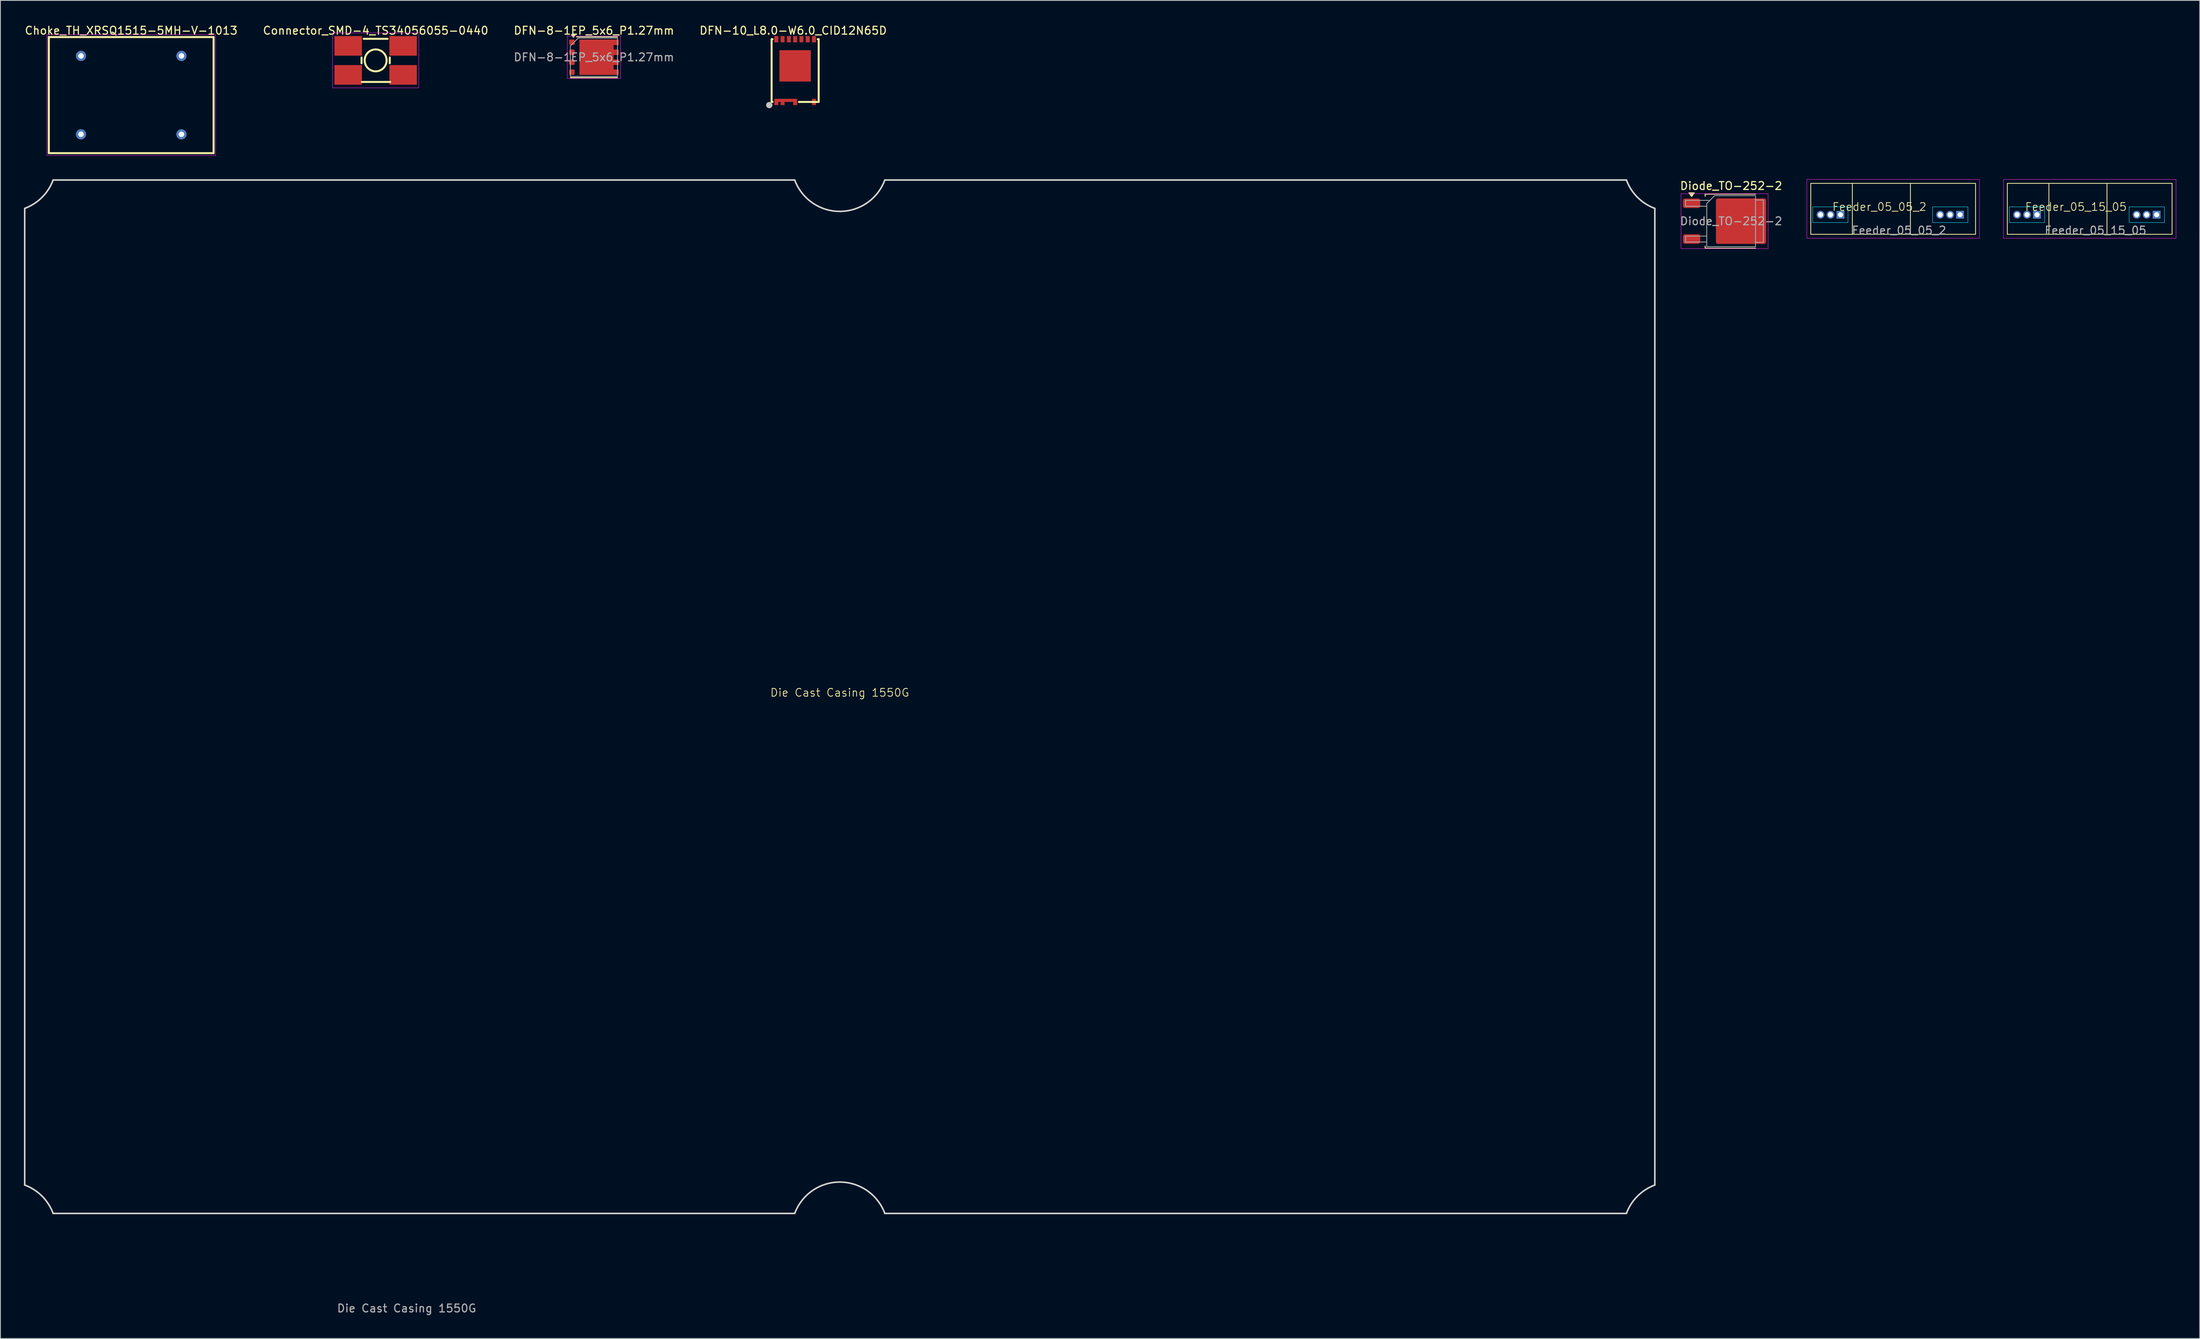
<source format=kicad_pcb>
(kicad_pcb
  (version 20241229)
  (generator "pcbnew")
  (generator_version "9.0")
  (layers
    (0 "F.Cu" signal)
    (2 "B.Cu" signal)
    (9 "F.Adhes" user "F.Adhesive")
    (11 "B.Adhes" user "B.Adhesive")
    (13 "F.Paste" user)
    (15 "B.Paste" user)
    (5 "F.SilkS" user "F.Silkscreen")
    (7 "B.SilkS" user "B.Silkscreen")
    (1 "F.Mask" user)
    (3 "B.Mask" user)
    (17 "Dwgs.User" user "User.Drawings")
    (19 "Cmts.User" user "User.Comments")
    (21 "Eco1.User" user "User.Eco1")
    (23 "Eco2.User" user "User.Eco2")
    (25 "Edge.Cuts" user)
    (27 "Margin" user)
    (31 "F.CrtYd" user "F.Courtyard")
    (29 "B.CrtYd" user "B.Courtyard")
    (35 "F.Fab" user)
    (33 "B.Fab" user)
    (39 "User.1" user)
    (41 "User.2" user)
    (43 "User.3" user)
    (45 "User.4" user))
  (footprint "DFN-10_L8.0-W6.0_CID12N65D"
    (layer "F.Cu")
    (at 98.292 5.948)
    (property "Reference" "DFN-10_L8.0-W6.0_CID12N65D" (at -0.25 -5.1 0) (layer "F.SilkS") (effects (font (size 1 1) (thickness 0.15))))
    (fp_line (start -3 -4) (end -3 4) (stroke (width 0.254) (type default)) (layer "F.SilkS"))
    (fp_line (start -3 4) (end -2.881 4) (stroke (width 0.254) (type default)) (layer "F.SilkS"))
    (fp_line (start -2.881 -4) (end -3 -4) (stroke (width 0.254) (type default)) (layer "F.SilkS"))
    (fp_line (start 0.481 4) (end 3 4) (stroke (width 0.254) (type default)) (layer "F.SilkS"))
    (fp_line (start 3 -4) (end 2.881 -4) (stroke (width 0.254) (type default)) (layer "F.SilkS"))
    (fp_line (start 3 4) (end 3 -4) (stroke (width 0.254) (type default)) (layer "F.SilkS"))
    (fp_circle (center -3.3 4.4) (end -3.1 4.4) (stroke (width 0.254) (type default)) (fill no) (layer "F.SilkS"))
    (fp_circle (center -3.3 4.4) (end -3.1 4.4) (stroke (width 0.4) (type default)) (fill no) (layer "Dwgs.User"))
    (fp_poly (pts (xy -2.6 -4) (xy -2.2 -4) (xy -2.2 -3.6) (xy -2.6 -3.6)) (stroke (width 0.1) (type default)) (fill no) (layer "User.1"))
    (fp_poly (pts (xy -2 -2.6) (xy 2 -2.6) (xy 2 1.4) (xy -2 1.4)) (stroke (width 0.1) (type default)) (fill no) (layer "User.1"))
    (fp_poly (pts (xy -1.8 -4) (xy -1.4 -4) (xy -1.4 -3.6) (xy -1.8 -3.6)) (stroke (width 0.1) (type default)) (fill no) (layer "User.1"))
    (fp_poly (pts (xy -1 -4) (xy -0.6 -4) (xy -0.6 -3.6) (xy -1 -3.6)) (stroke (width 0.1) (type default)) (fill no) (layer "User.1"))
    (fp_poly (pts (xy -0.2 -4) (xy 0.2 -4) (xy 0.2 -3.6) (xy -0.2 -3.6)) (stroke (width 0.1) (type default)) (fill no) (layer "User.1"))
    (fp_poly (pts (xy 0.2 4) (xy 0.2 3.6) (xy -2.6 3.6) (xy -2.6 4)) (stroke (width 0.1) (type default)) (fill no) (layer "User.1"))
    (fp_poly (pts (xy 0.6 -4) (xy 1 -4) (xy 1 -3.6) (xy 0.6 -3.6)) (stroke (width 0.1) (type default)) (fill no) (layer "User.1"))
    (fp_poly (pts (xy 1.4 -4) (xy 1.8 -4) (xy 1.8 -3.6) (xy 1.4 -3.6)) (stroke (width 0.1) (type default)) (fill no) (layer "User.1"))
    (fp_poly (pts (xy 2.2 -4) (xy 2.6 -4) (xy 2.6 -3.6) (xy 2.2 -3.6)) (stroke (width 0.1) (type default)) (fill no) (layer "User.1"))
    (fp_poly (pts (xy 2.2 3.6) (xy 2.6 3.6) (xy 2.6 4) (xy 2.2 4)) (stroke (width 0.1) (type default)) (fill no) (layer "User.1"))
    (fp_line (start -3 -4) (end 3 -4) (stroke (width 0.051) (type default)) (layer "User.2"))
    (fp_line (start -3 4) (end -3 -4) (stroke (width 0.051) (type default)) (layer "User.2"))
    (fp_line (start 3 -4) (end 3 4) (stroke (width 0.051) (type default)) (layer "User.2"))
    (fp_line (start 3 4) (end -3 4) (stroke (width 0.051) (type default)) (layer "User.2"))
    (fp_poly (pts (xy -2.945 3.977) (xy -2.977 3.945) (xy -3.023 3.945) (xy -3.055 3.977) (xy -3.055 4.023) (xy -3.023 4.055) (xy -2.977 4.055) (xy -2.945 4.023)) (stroke (width 0.1) (type default)) (fill no) (layer "User.3"))
    (pad "1" smd custom (at -1.2 3.8) (size 0.000001 0.000001) (layers "F.Cu" "F.Mask" "F.Paste") (options (anchor circle)) (primitives (gr_poly (pts (xy 1.45 0.2) (xy 1.45 -0.2) (xy -1.45 -0.2) (xy -1.45 0.6) (xy -0.95 0.6) (xy -0.95 0.2) (xy -0.65 0.2) (xy -0.65 0.6) (xy -0.15 0.6) (xy -0.15 0.2) (xy 0.95 0.2) (xy 0.95 0.6) (xy 1.45 0.6)) (width 0) (fill yes))))
    (pad "4" smd rect (at 2.4 4) (size 0.5 0.8) (layers "F.Cu" "F.Mask" "F.Paste"))
    (pad "5" smd rect (at 2.4 -4) (size 0.5 0.8) (layers "F.Cu" "F.Mask" "F.Paste"))
    (pad "6" smd rect (at 1.6 -4) (size 0.5 0.8) (layers "F.Cu" "F.Mask" "F.Paste"))
    (pad "7" smd rect (at 0.8 -4) (size 0.5 0.8) (layers "F.Cu" "F.Mask" "F.Paste"))
    (pad "8" smd rect (at 0 -4) (size 0.5 0.8) (layers "F.Cu" "F.Mask" "F.Paste"))
    (pad "9" smd rect (at -0.8 -4) (size 0.5 0.8) (layers "F.Cu" "F.Mask" "F.Paste"))
    (pad "10" smd rect (at -1.6 -4) (size 0.5 0.8) (layers "F.Cu" "F.Mask" "F.Paste"))
    (pad "11" smd rect (at -2.4 -4) (size 0.5 0.8) (layers "F.Cu" "F.Mask" "F.Paste"))
    (pad "12" smd rect (at 0 -0.6) (size 4 4) (layers "F.Cu" "F.Mask" "F.Paste")))
  (footprint "Diode_TO-252-2"
    (layer "F.Cu")
    (at 217.584 25.148)
    (property "Reference" "Diode_TO-252-2" (at 0 -4.5 0) (layer "F.SilkS") (effects (font (size 1 1) (thickness 0.15))))
    (attr smd)
    (fp_line (start -3.31 -3.45) (end -3.31 -3.18) (stroke (width 0.12) (type solid)) (layer "F.SilkS"))
    (fp_line (start -3.31 3.45) (end -3.31 3.18) (stroke (width 0.12) (type solid)) (layer "F.SilkS"))
    (fp_line (start 3.11 -3.45) (end -3.31 -3.45) (stroke (width 0.12) (type solid)) (layer "F.SilkS"))
    (fp_line (start 3.11 3.45) (end -3.31 3.45) (stroke (width 0.12) (type solid)) (layer "F.SilkS"))
    (fp_poly (pts (xy -5.04 -3.14) (xy -5.38 -3.61) (xy -4.7 -3.61)) (stroke (width 0.12) (type solid)) (fill yes) (layer "F.SilkS"))
    (fp_rect (start -6.39 -3.5) (end 4.71 3.5) (stroke (width 0.05) (type solid)) (fill no) (layer "F.CrtYd"))
    (fp_line (start -5.81 -2.655) (end -5.81 -1.905) (stroke (width 0.1) (type solid)) (layer "F.Fab"))
    (fp_line (start -5.81 -1.905) (end -3.11 -1.905) (stroke (width 0.1) (type solid)) (layer "F.Fab"))
    (fp_line (start -5.81 1.905) (end -5.81 2.655) (stroke (width 0.1) (type solid)) (layer "F.Fab"))
    (fp_line (start -5.81 2.655) (end -3.11 2.655) (stroke (width 0.1) (type solid)) (layer "F.Fab"))
    (fp_line (start -3.11 1.905) (end -5.81 1.905) (stroke (width 0.1) (type solid)) (layer "F.Fab"))
    (fp_line (start -2.705 -2.655) (end -5.81 -2.655) (stroke (width 0.1) (type solid)) (layer "F.Fab"))
    (fp_line (start 3.11 -2.7) (end 4.11 -2.7) (stroke (width 0.1) (type solid)) (layer "F.Fab"))
    (fp_line (start 4.11 -2.7) (end 4.11 2.7) (stroke (width 0.1) (type solid)) (layer "F.Fab"))
    (fp_line (start 4.11 2.7) (end 3.11 2.7) (stroke (width 0.1) (type solid)) (layer "F.Fab"))
    (fp_poly (pts (xy 3.11 -3.25) (xy 3.11 3.25) (xy -3.11 3.25) (xy -3.11 -2.25) (xy -2.11 -3.25)) (stroke (width 0.1) (type solid)) (fill no) (layer "F.Fab"))
    (fp_text user "${REFERENCE}" (at 0 0 0) (layer "F.Fab") (effects (font (size 1 1) (thickness 0.15))))
    (pad "" smd roundrect (at -0.415 -1.525) (size 3.05 2.75) (layers "F.Paste") (roundrect_rratio 0.091))
    (pad "" smd roundrect (at -0.415 1.525) (size 3.05 2.75) (layers "F.Paste") (roundrect_rratio 0.091))
    (pad "" smd roundrect (at 2.935 -1.525) (size 3.05 2.75) (layers "F.Paste") (roundrect_rratio 0.091))
    (pad "" smd roundrect (at 2.935 1.525) (size 3.05 2.75) (layers "F.Paste") (roundrect_rratio 0.091))
    (pad "1" smd roundrect (at 1.26 0) (size 6.4 5.8) (layers "F.Cu" "F.Mask") (roundrect_rratio 0.043))
    (pad "2" smd roundrect (at -5.04 -2.28) (size 2.2 1.2) (layers "F.Cu" "F.Mask" "F.Paste") (roundrect_rratio 0.208))
    (pad "2" smd roundrect (at -5.04 2.28) (size 2.2 1.2) (layers "F.Cu" "F.Mask" "F.Paste") (roundrect_rratio 0.208)))
  (footprint "DFN-8-1EP_5x6_P1.27mm"
    (layer "F.Cu")
    (at 72.649 4.248)
    (property "Reference" "DFN-8-1EP_5x6_P1.27mm" (at 0 -3.4 0) (layer "F.SilkS") (effects (font (size 1 1) (thickness 0.15))))
    (attr smd)
    (fp_line (start 3 -2.6) (end -2.22 -2.6) (stroke (width 0.12) (type solid)) (layer "F.SilkS"))
    (fp_line (start 3 2.6) (end -3 2.6) (stroke (width 0.12) (type solid)) (layer "F.SilkS"))
    (fp_poly (pts (xy -2.624 -2.549) (xy -2.864 -2.879) (xy -2.384 -2.879) (xy -2.624 -2.549)) (stroke (width 0.12) (type solid)) (fill yes) (layer "F.SilkS"))
    (fp_line (start -3.4 -2.7) (end 3.4 -2.7) (stroke (width 0.05) (type solid)) (layer "F.CrtYd"))
    (fp_line (start -3.4 2.7) (end -3.4 -2.7) (stroke (width 0.05) (type solid)) (layer "F.CrtYd"))
    (fp_line (start 3.4 -2.7) (end 3.4 2.7) (stroke (width 0.05) (type solid)) (layer "F.CrtYd"))
    (fp_line (start 3.4 2.7) (end -3.4 2.7) (stroke (width 0.05) (type solid)) (layer "F.CrtYd"))
    (fp_line (start -3 -1.45) (end -3 2.45) (stroke (width 0.1) (type solid)) (layer "F.Fab"))
    (fp_line (start -2 -2.45) (end -3 -1.45) (stroke (width 0.1) (type solid)) (layer "F.Fab"))
    (fp_line (start -2 -2.45) (end 3 -2.45) (stroke (width 0.1) (type solid)) (layer "F.Fab"))
    (fp_line (start 3 -2.45) (end 3 2.45) (stroke (width 0.1) (type solid)) (layer "F.Fab"))
    (fp_line (start 3 2.45) (end -3 2.45) (stroke (width 0.1) (type solid)) (layer "F.Fab"))
    (fp_text user "${REFERENCE}" (at 0 0 0) (layer "F.Fab") (effects (font (size 1 1) (thickness 0.15))))
    (pad "" smd rect (at -0.797 -1.095) (size 1.235 1.57) (layers "F.Paste"))
    (pad "" smd rect (at -0.797 1.095) (size 1.235 1.57) (layers "F.Paste"))
    (pad "" smd rect (at 1.113 -1.095) (size 1.585 1.57) (layers "F.Paste"))
    (pad "" smd rect (at 1.113 1.095) (size 1.585 1.57) (layers "F.Paste"))
    (pad "1" smd roundrect (at -2.8 -1.905) (size 0.7 0.7) (layers "F.Cu" "F.Mask" "F.Paste") (roundrect_rratio 0.25))
    (pad "1" smd roundrect (at -2.8 -0.635) (size 0.7 0.7) (layers "F.Cu" "F.Mask" "F.Paste") (roundrect_rratio 0.25))
    (pad "1" smd roundrect (at -2.8 0.635) (size 0.7 0.7) (layers "F.Cu" "F.Mask" "F.Paste") (roundrect_rratio 0.25))
    (pad "2" smd roundrect (at -2.8 1.905) (size 0.7 0.7) (layers "F.Cu" "F.Mask" "F.Paste") (roundrect_rratio 0.25))
    (pad "3" smd rect (at 0.33 0) (size 4.35 4.51) (layers "F.Cu" "F.Mask"))
    (pad "3" smd rect (at 2.8 -1.905) (size 0.7 0.7) (layers "F.Cu" "F.Mask" "F.Paste"))
    (pad "3" smd rect (at 2.8 -0.635) (size 0.7 0.7) (layers "F.Cu" "F.Mask" "F.Paste"))
    (pad "3" smd rect (at 2.8 0.635) (size 0.7 0.7) (layers "F.Cu" "F.Mask" "F.Paste"))
    (pad "3" smd rect (at 2.8 1.905) (size 0.7 0.7) (layers "F.Cu" "F.Mask" "F.Paste")))
  (footprint "Connector_SMD-4_TS34056055-0440"
    (layer "F.Cu")
    (at 44.827 4.648)
    (property "Reference" "Connector_SMD-4_TS34056055-0440" (at 0 -3.8 0) (layer "F.SilkS") (effects (font (size 1 1) (thickness 0.15))))
    (fp_line (start -1.8 -0.369) (end -1.8 0.368) (stroke (width 0.254) (type default)) (layer "F.SilkS"))
    (fp_line (start -1.75 2.75) (end 1.85 2.75) (stroke (width 0.254) (type default)) (layer "F.SilkS"))
    (fp_line (start -1.519 -2.75) (end 1.518 -2.75) (stroke (width 0.254) (type default)) (layer "F.SilkS"))
    (fp_line (start 1.8 0.369) (end 1.8 -0.369) (stroke (width 0.254) (type default)) (layer "F.SilkS"))
    (fp_circle (center 0 0) (end 1.397 0) (stroke (width 0.254) (type default)) (fill no) (layer "F.SilkS"))
    (fp_rect (start -5.5 -3.5) (end 5.5 3.5) (stroke (width 0.05) (type solid)) (fill no) (layer "F.CrtYd"))
    (fp_poly (pts (xy -5 -2.75) (xy -2 -2.75) (xy -2 -0.95) (xy -5 -0.95)) (stroke (width 0.1) (type default)) (fill no) (layer "User.1"))
    (fp_poly (pts (xy -5 0.95) (xy -2 0.95) (xy -2 2.75) (xy -5 2.75)) (stroke (width 0.1) (type default)) (fill no) (layer "User.1"))
    (fp_poly (pts (xy 2 -2.75) (xy 5 -2.75) (xy 5 -0.95) (xy 2 -0.95)) (stroke (width 0.1) (type default)) (fill no) (layer "User.1"))
    (fp_poly (pts (xy 2 0.95) (xy 5 0.95) (xy 5 2.75) (xy 2 2.75)) (stroke (width 0.1) (type default)) (fill no) (layer "User.1"))
    (fp_line (start -5 -2.75) (end 5 -2.75) (stroke (width 0.051) (type default)) (layer "User.2"))
    (fp_line (start -5 2.75) (end -5 -2.75) (stroke (width 0.051) (type default)) (layer "User.2"))
    (fp_line (start 5 -2.75) (end 5 2.75) (stroke (width 0.051) (type default)) (layer "User.2"))
    (fp_line (start 5 2.75) (end -5 2.75) (stroke (width 0.051) (type default)) (layer "User.2"))
    (fp_poly (pts (xy -4.945 -2.773) (xy -4.977 -2.805) (xy -5.023 -2.805) (xy -5.055 -2.773) (xy -5.055 -2.727) (xy -5.023 -2.695) (xy -4.977 -2.695) (xy -4.945 -2.727)) (stroke (width 0.1) (type default)) (fill no) (layer "User.3"))
    (pad "1" smd rect (at -3.5 -1.85) (size 3.5 2.5) (layers "F.Cu" "F.Mask" "F.Paste"))
    (pad "1" smd rect (at -3.5 1.85) (size 3.5 2.5) (layers "F.Cu" "F.Mask" "F.Paste"))
    (pad "1" smd rect (at 3.5 -1.85) (size 3.5 2.5) (layers "F.Cu" "F.Mask" "F.Paste"))
    (pad "1" smd rect (at 3.5 1.85) (size 3.5 2.5) (layers "F.Cu" "F.Mask" "F.Paste")))
  (footprint "Feeder_05_05_2"
    (layer "F.Cu")
    (at 228.98 24.325)
    (property "Reference" "Feeder_05_05_2" (at 7.5 -1 0) (unlocked yes) (layer "F.SilkS") (effects (font (size 1 1) (thickness 0.1))))
    (attr through_hole)
    (fp_line (start 4.054 -4) (end 4.054 2.5) (stroke (width 0.1) (type default)) (layer "F.SilkS"))
    (fp_line (start 11.454 -4) (end 11.454 2.5) (stroke (width 0.1) (type default)) (layer "F.SilkS"))
    (fp_rect (start -1.246 -4) (end 19.754 2.5) (stroke (width 0.1) (type default)) (fill no) (layer "F.SilkS"))
    (fp_rect (start -1 -1) (end 3.5 1) (stroke (width 0.05) (type default)) (fill no) (layer "B.CrtYd"))
    (fp_rect (start 14.28 -1) (end 18.78 1) (stroke (width 0.05) (type default)) (fill no) (layer "B.CrtYd"))
    (fp_rect (start -1.746 -4.5) (end 20.254 3) (stroke (width 0.05) (type default)) (fill no) (layer "F.CrtYd"))
    (fp_text user "${REFERENCE}" (at 10 2 0) (unlocked yes) (layer "F.Fab") (effects (font (size 1 1) (thickness 0.15))))
    (pad "1" thru_hole oval (at 0 0 270) (size 1 1) (drill 0.65) (layers "*.Cu" "*.Mask"))
    (pad "2" thru_hole oval (at 1.27 0 270) (size 1 1) (drill 0.65) (layers "*.Cu" "*.Mask"))
    (pad "3" thru_hole rect (at 2.54 0 270) (size 1 1) (drill 0.65) (layers "*.Cu" "*.Mask"))
    (pad "4" thru_hole oval (at 15.24 0 270) (size 1 1) (drill 0.65) (layers "*.Cu" "*.Mask"))
    (pad "5" thru_hole oval (at 16.51 0 270) (size 1 1) (drill 0.65) (layers "*.Cu" "*.Mask"))
    (pad "6" thru_hole rect (at 17.78 0 270) (size 1 1) (drill 0.65) (layers "*.Cu" "*.Mask")))
  (footprint "Die Cast Casing 1550G"
    (layer "F.Cu")
    (at 103.979 85.759)
    (property "Reference" "Die Cast Casing 1550G" (at 0 -0.5 0) (unlocked yes) (layer "F.SilkS") (effects (font (size 1 1) (thickness 0.1))))
    (attr smd)
    (fp_line (start -103.879 62.279) (end -103.879 -62.238) (stroke (width 0.2) (type default)) (layer "Edge.Cuts"))
    (fp_line (start -100.258 -65.859) (end -5.742 -65.859) (stroke (width 0.2) (type default)) (layer "Edge.Cuts"))
    (fp_line (start -5.742 65.9) (end -100.258 65.9) (stroke (width 0.2) (type default)) (layer "Edge.Cuts"))
    (fp_line (start 5.742 -65.859) (end 100.258 -65.859) (stroke (width 0.2) (type default)) (layer "Edge.Cuts"))
    (fp_line (start 100.258 65.9) (end 5.742 65.9) (stroke (width 0.2) (type default)) (layer "Edge.Cuts"))
    (fp_line (start 103.879 -62.238) (end 103.879 62.279) (stroke (width 0.2) (type default)) (layer "Edge.Cuts"))
    (fp_arc (start -103.879373 62.279111) (mid -101.672063 63.69269) (end -100.258484 65.9) (stroke (width 0.2) (type default)) (layer "Edge.Cuts"))
    (fp_arc (start -100.258484 -65.858746) (mid -101.672063 -63.651436) (end -103.879373 -62.237857) (stroke (width 0.2) (type default)) (layer "Edge.Cuts"))
    (fp_arc (start -5.741515 65.9) (mid 0 61.9) (end 5.741516 65.9) (stroke (width 0.2) (type default)) (layer "Edge.Cuts"))
    (fp_arc (start 5.741516 -65.858746) (mid 0 -61.858746) (end -5.741515 -65.858746) (stroke (width 0.2) (type default)) (layer "Edge.Cuts"))
    (fp_arc (start 100.258484 65.9) (mid 101.672063 63.69269) (end 103.879373 62.279112) (stroke (width 0.2) (type default)) (layer "Edge.Cuts"))
    (fp_arc (start 103.879373 -62.237857) (mid 101.672063 -63.651436) (end 100.258485 -65.858746) (stroke (width 0.2) (type default)) (layer "Edge.Cuts"))
    (fp_text user "${REFERENCE}" (at -55.2 78 0) (unlocked yes) (layer "F.Fab") (effects (font (size 1 1) (thickness 0.15)))))
  (footprint "Choke_TH_XRSQ1515-5MH-V-1013"
    (layer "F.Cu")
    (at 13.673 9.075)
    (property "Reference" "Choke_TH_XRSQ1515-5MH-V-1013" (at 0 -8.227 0) (layer "F.SilkS") (effects (font (size 1 1) (thickness 0.15))))
    (fp_line (start -10.5 -7.4) (end -10.5 7.4) (stroke (width 0.254) (type default)) (layer "F.SilkS"))
    (fp_line (start -10.5 -7.4) (end 10.5 -7.4) (stroke (width 0.254) (type default)) (layer "F.SilkS"))
    (fp_line (start -10.5 7.4) (end 10.5 7.4) (stroke (width 0.254) (type default)) (layer "F.SilkS"))
    (fp_line (start 10.5 -7.4) (end 10.5 7.4) (stroke (width 0.254) (type default)) (layer "F.SilkS"))
    (fp_rect (start -10.75 -7.7) (end 10.75 7.7) (stroke (width 0.05) (type solid)) (fill no) (layer "F.CrtYd"))
    (pad "1" thru_hole circle (at -6.4 -5) (size 1.3 1.3) (drill 0.7) (layers "*.Cu" "*.Mask"))
    (pad "2" thru_hole circle (at -6.4 5) (size 1.3 1.3) (drill 0.7) (layers "*.Cu" "*.Mask"))
    (pad "3" thru_hole circle (at 6.4 5) (size 1.3 1.3) (drill 0.7) (layers "*.Cu" "*.Mask"))
    (pad "4" thru_hole circle (at 6.4 -5) (size 1.3 1.3) (drill 0.7) (layers "*.Cu" "*.Mask")))
  (footprint "Feeder_05_15_05"
    (layer "F.Cu")
    (at 254.03 24.325)
    (property "Reference" "Feeder_05_15_05" (at 7.5 -1 0) (unlocked yes) (layer "F.SilkS") (effects (font (size 1 1) (thickness 0.1))))
    (attr through_hole)
    (fp_line (start 4.054 -4) (end 4.054 2.5) (stroke (width 0.1) (type default)) (layer "F.SilkS"))
    (fp_line (start 11.454 -4) (end 11.454 2.5) (stroke (width 0.1) (type default)) (layer "F.SilkS"))
    (fp_rect (start -1.246 -4) (end 19.754 2.5) (stroke (width 0.1) (type default)) (fill no) (layer "F.SilkS"))
    (fp_rect (start -1 -1) (end 3.5 1) (stroke (width 0.05) (type default)) (fill no) (layer "B.CrtYd"))
    (fp_rect (start 14.28 -1) (end 18.78 1) (stroke (width 0.05) (type default)) (fill no) (layer "B.CrtYd"))
    (fp_rect (start -1.746 -4.5) (end 20.254 3) (stroke (width 0.05) (type default)) (fill no) (layer "F.CrtYd"))
    (fp_text user "${REFERENCE}" (at 10 2 0) (unlocked yes) (layer "F.Fab") (effects (font (size 1 1) (thickness 0.15))))
    (pad "1" thru_hole oval (at 0 0 270) (size 1 1) (drill 0.65) (layers "*.Cu" "*.Mask"))
    (pad "2" thru_hole oval (at 1.27 0 270) (size 1 1) (drill 0.65) (layers "*.Cu" "*.Mask"))
    (pad "3" thru_hole rect (at 2.54 0 270) (size 1 1) (drill 0.65) (layers "*.Cu" "*.Mask"))
    (pad "4" thru_hole oval (at 15.24 0 270) (size 1 1) (drill 0.65) (layers "*.Cu" "*.Mask"))
    (pad "5" thru_hole oval (at 16.51 0 270) (size 1 1) (drill 0.65) (layers "*.Cu" "*.Mask"))
    (pad "6" thru_hole rect (at 17.78 0 270) (size 1 1) (drill 0.65) (layers "*.Cu" "*.Mask")))
  (gr_rect
    (start -3 -3)
    (end 277.309 167.607)
    (stroke (width 0.1) (type default))
    (fill no)
    (layer "Edge.Cuts")))
</source>
